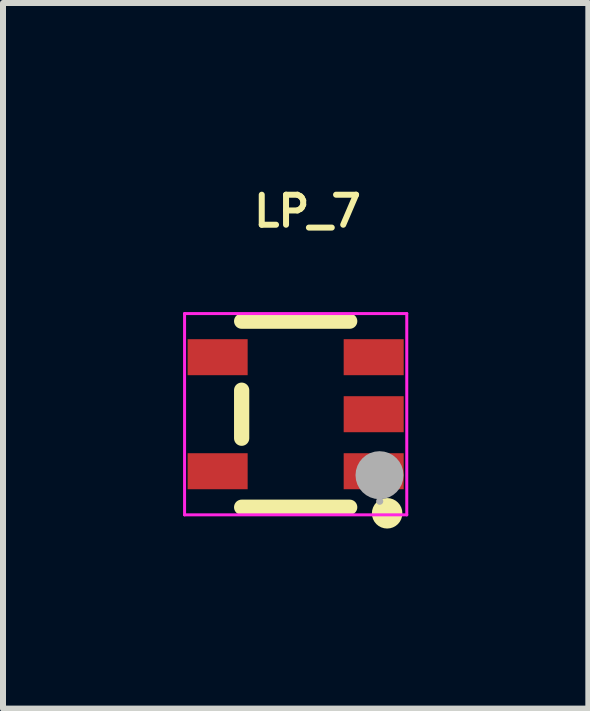
<source format=kicad_pcb>
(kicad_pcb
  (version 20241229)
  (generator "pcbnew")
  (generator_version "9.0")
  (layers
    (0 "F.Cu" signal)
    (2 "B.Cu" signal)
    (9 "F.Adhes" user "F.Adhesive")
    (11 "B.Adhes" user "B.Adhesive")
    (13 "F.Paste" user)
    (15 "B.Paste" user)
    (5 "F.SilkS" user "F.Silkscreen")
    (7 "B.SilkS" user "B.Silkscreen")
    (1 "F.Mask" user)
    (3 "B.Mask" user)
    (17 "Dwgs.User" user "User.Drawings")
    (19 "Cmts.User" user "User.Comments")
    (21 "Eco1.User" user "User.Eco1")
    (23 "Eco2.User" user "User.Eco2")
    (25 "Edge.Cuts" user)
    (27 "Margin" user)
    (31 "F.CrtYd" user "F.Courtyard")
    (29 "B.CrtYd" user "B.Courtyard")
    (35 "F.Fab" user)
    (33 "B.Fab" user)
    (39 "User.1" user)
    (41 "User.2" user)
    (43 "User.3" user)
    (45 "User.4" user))
  (footprint "LP_7"
    (layer "F.Cu")
    (at 1.876 3.851)
    (property "Reference" "LP_7" (at -0.75 -3.383 0) (layer "F.SilkS") (effects (font (size 0.5 0.5) (thickness 0.1)) (justify left)))
    (fp_line (start -0.9 -1.55) (end 0.9 -1.55) (stroke (width 0.254) (type solid)) (layer "F.SilkS"))
    (fp_line (start -0.9 0.4) (end -0.9 -0.4) (stroke (width 0.254) (type solid)) (layer "F.SilkS"))
    (fp_line (start -0.9 1.55) (end 0.9 1.55) (stroke (width 0.254) (type solid)) (layer "F.SilkS"))
    (fp_arc (start 1.651 1.651) (mid 1.397 1.651) (end 1.651 1.651) (stroke (width 0.254) (type solid)) (layer "F.SilkS"))
    (fp_line (start -1.851 -1.677) (end -1.851 1.677) (stroke (width 0.05) (type solid)) (layer "F.CrtYd"))
    (fp_line (start -1.851 1.677) (end 1.851 1.677) (stroke (width 0.05) (type solid)) (layer "F.CrtYd"))
    (fp_line (start 1.851 -1.677) (end -1.851 -1.677) (stroke (width 0.05) (type solid)) (layer "F.CrtYd"))
    (fp_line (start 1.851 1.677) (end 1.851 -1.677) (stroke (width 0.05) (type solid)) (layer "F.CrtYd"))
    (fp_arc (start 1.43 1.45) (mid 1.37 1.45) (end 1.43 1.45) (stroke (width 0.06) (type solid)) (layer "F.Fab"))
    (fp_arc (start 1.597 1.016) (mid 1.197 1.016) (end 1.597 1.016) (stroke (width 0.4) (type solid)) (layer "F.Fab"))
    (pad "1" smd rect (at 1.3 0.95) (size 1 0.6) (layers "F.Cu" "F.Mask" "F.Paste"))
    (pad "2" smd rect (at 1.3 0) (size 1 0.6) (layers "F.Cu" "F.Mask" "F.Paste"))
    (pad "3" smd rect (at 1.3 -0.95) (size 1 0.6) (layers "F.Cu" "F.Mask" "F.Paste"))
    (pad "4" smd rect (at -1.3 -0.95) (size 1 0.6) (layers "F.Cu" "F.Mask" "F.Paste"))
    (pad "5" smd rect (at -1.3 0.95) (size 1 0.6) (layers "F.Cu" "F.Mask" "F.Paste")))
  (gr_rect
    (start -3 -3)
    (end 6.752 8.756)
    (stroke (width 0.1) (type default))
    (fill no)
    (layer "Edge.Cuts")))
</source>
